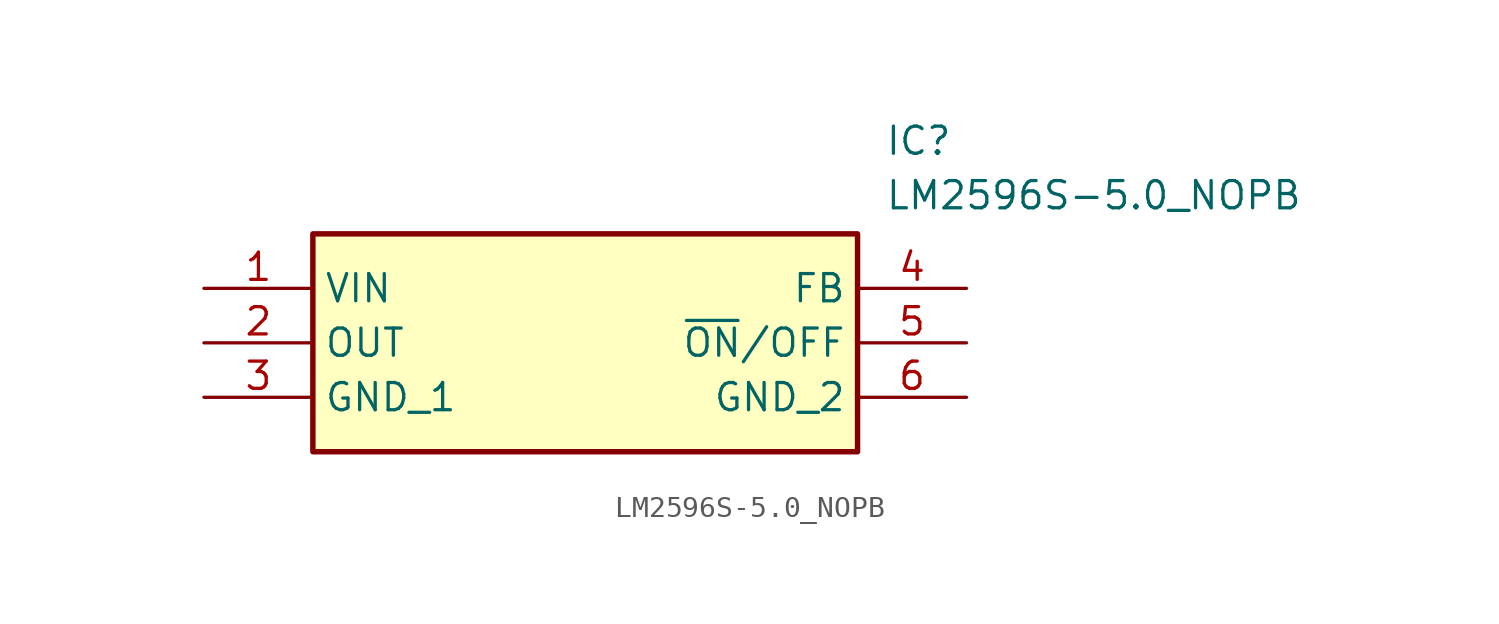
<source format=kicad_sym>
(kicad_symbol_lib
  (version 20211014)
  (generator SamacSys_ECAD_Model)
  (symbol "LM2596S-5.0_NOPB"
    (property "Reference" "IC"
      (at 31.75 7.62 0)
      (effects (font (size 1.27 1.27)) (justify left top)))
    (property "Value" "LM2596S-5.0_NOPB"
      (at 31.75 5.08 0)
      (effects (font (size 1.27 1.27)) (justify left top)))
    (rectangle
      (start 5.08 2.54)
      (end 30.48 -7.62)
      (stroke (width 0.254) (type default))
      (fill (type background)))
    (pin passive line
      (at 0 0 0)
      (length 5.08)
      (name "VIN" (effects (font (size 1.27 1.27))))
      (number "1" (effects (font (size 1.27 1.27)))))
    (pin passive line
      (at 0 -2.54 0)
      (length 5.08)
      (name "OUT" (effects (font (size 1.27 1.27))))
      (number "2" (effects (font (size 1.27 1.27)))))
    (pin passive line
      (at 0 -5.08 0)
      (length 5.08)
      (name "GND_1" (effects (font (size 1.27 1.27))))
      (number "3" (effects (font (size 1.27 1.27)))))
    (pin passive line
      (at 35.56 0 180)
      (length 5.08)
      (name "FB" (effects (font (size 1.27 1.27))))
      (number "4" (effects (font (size 1.27 1.27)))))
    (pin passive line
      (at 35.56 -2.54 180)
      (length 5.08)
      (name "~{ON}/OFF" (effects (font (size 1.27 1.27))))
      (number "5" (effects (font (size 1.27 1.27)))))
    (pin passive line
      (at 35.56 -5.08 180)
      (length 5.08)
      (name "GND_2" (effects (font (size 1.27 1.27))))
      (number "6" (effects (font (size 1.27 1.27)))))))
</source>
